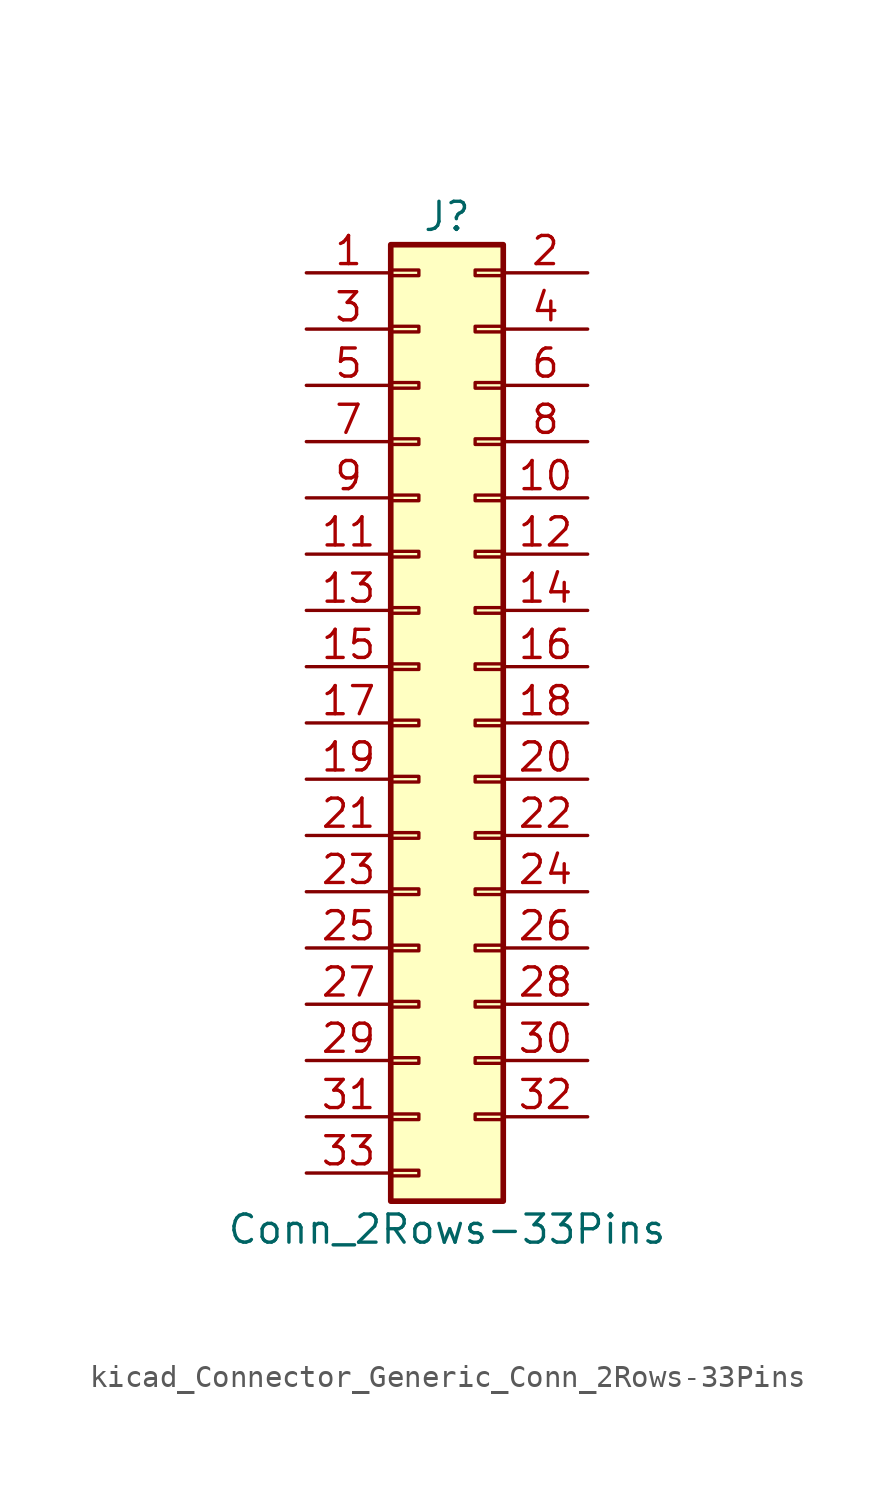
<source format=kicad_sym>
(kicad_symbol_lib
  (version 20220914)
  (generator kicad_symbol_editor)
  (symbol "kicad_Connector_Generic_Conn_2Rows-33Pins"
    (pin_names
      (offset 1.016) hide)
    (property "Reference" "J"
      (at 1.27 22.86 0)
      (effects (font (size 1.27 1.27))))
    (property "Value" "Conn_2Rows-33Pins"
      (at 1.27 -22.86 0)
      (effects (font (size 1.27 1.27))))
    (symbol "kicad_Connector_Generic_Conn_2Rows-33Pins_1_1"
      (rectangle (start -1.27 -20.193) (end 0 -20.447) (stroke (width 0.152) (type default)) (fill (type none)))
      (rectangle (start -1.27 -17.653) (end 0 -17.907) (stroke (width 0.152) (type default)) (fill (type none)))
      (rectangle (start -1.27 -15.113) (end 0 -15.367) (stroke (width 0.152) (type default)) (fill (type none)))
      (rectangle (start -1.27 -12.573) (end 0 -12.827) (stroke (width 0.152) (type default)) (fill (type none)))
      (rectangle (start -1.27 -10.033) (end 0 -10.287) (stroke (width 0.152) (type default)) (fill (type none)))
      (rectangle (start -1.27 -7.493) (end 0 -7.747) (stroke (width 0.152) (type default)) (fill (type none)))
      (rectangle (start -1.27 -4.953) (end 0 -5.207) (stroke (width 0.152) (type default)) (fill (type none)))
      (rectangle (start -1.27 -2.413) (end 0 -2.667) (stroke (width 0.152) (type default)) (fill (type none)))
      (rectangle (start -1.27 0.127) (end 0 -0.127) (stroke (width 0.152) (type default)) (fill (type none)))
      (rectangle (start -1.27 2.667) (end 0 2.413) (stroke (width 0.152) (type default)) (fill (type none)))
      (rectangle (start -1.27 5.207) (end 0 4.953) (stroke (width 0.152) (type default)) (fill (type none)))
      (rectangle (start -1.27 7.747) (end 0 7.493) (stroke (width 0.152) (type default)) (fill (type none)))
      (rectangle (start -1.27 10.287) (end 0 10.033) (stroke (width 0.152) (type default)) (fill (type none)))
      (rectangle (start -1.27 12.827) (end 0 12.573) (stroke (width 0.152) (type default)) (fill (type none)))
      (rectangle (start -1.27 15.367) (end 0 15.113) (stroke (width 0.152) (type default)) (fill (type none)))
      (rectangle (start -1.27 17.907) (end 0 17.653) (stroke (width 0.152) (type default)) (fill (type none)))
      (rectangle (start -1.27 20.447) (end 0 20.193) (stroke (width 0.152) (type default)) (fill (type none)))
      (rectangle (start -1.27 21.59) (end 3.81 -21.59) (stroke (width 0.254) (type default)) (fill (type background)))
      (rectangle (start 3.81 -17.653) (end 2.54 -17.907) (stroke (width 0.152) (type default)) (fill (type none)))
      (rectangle (start 3.81 -15.113) (end 2.54 -15.367) (stroke (width 0.152) (type default)) (fill (type none)))
      (rectangle (start 3.81 -12.573) (end 2.54 -12.827) (stroke (width 0.152) (type default)) (fill (type none)))
      (rectangle (start 3.81 -10.033) (end 2.54 -10.287) (stroke (width 0.152) (type default)) (fill (type none)))
      (rectangle (start 3.81 -7.493) (end 2.54 -7.747) (stroke (width 0.152) (type default)) (fill (type none)))
      (rectangle (start 3.81 -4.953) (end 2.54 -5.207) (stroke (width 0.152) (type default)) (fill (type none)))
      (rectangle (start 3.81 -2.413) (end 2.54 -2.667) (stroke (width 0.152) (type default)) (fill (type none)))
      (rectangle (start 3.81 0.127) (end 2.54 -0.127) (stroke (width 0.152) (type default)) (fill (type none)))
      (rectangle (start 3.81 2.667) (end 2.54 2.413) (stroke (width 0.152) (type default)) (fill (type none)))
      (rectangle (start 3.81 5.207) (end 2.54 4.953) (stroke (width 0.152) (type default)) (fill (type none)))
      (rectangle (start 3.81 7.747) (end 2.54 7.493) (stroke (width 0.152) (type default)) (fill (type none)))
      (rectangle (start 3.81 10.287) (end 2.54 10.033) (stroke (width 0.152) (type default)) (fill (type none)))
      (rectangle (start 3.81 12.827) (end 2.54 12.573) (stroke (width 0.152) (type default)) (fill (type none)))
      (rectangle (start 3.81 15.367) (end 2.54 15.113) (stroke (width 0.152) (type default)) (fill (type none)))
      (rectangle (start 3.81 17.907) (end 2.54 17.653) (stroke (width 0.152) (type default)) (fill (type none)))
      (rectangle (start 3.81 20.447) (end 2.54 20.193) (stroke (width 0.152) (type default)) (fill (type none)))
      (pin passive line (at -5.08 20.32 0) (length 3.81) (name "Pin_1" (effects (font (size 1.27 1.27)))) (number "1" (effects (font (size 1.27 1.27)))))
      (pin passive line (at 7.62 10.16 180) (length 3.81) (name "Pin_10" (effects (font (size 1.27 1.27)))) (number "10" (effects (font (size 1.27 1.27)))))
      (pin passive line (at -5.08 7.62 0) (length 3.81) (name "Pin_11" (effects (font (size 1.27 1.27)))) (number "11" (effects (font (size 1.27 1.27)))))
      (pin passive line (at 7.62 7.62 180) (length 3.81) (name "Pin_12" (effects (font (size 1.27 1.27)))) (number "12" (effects (font (size 1.27 1.27)))))
      (pin passive line (at -5.08 5.08 0) (length 3.81) (name "Pin_13" (effects (font (size 1.27 1.27)))) (number "13" (effects (font (size 1.27 1.27)))))
      (pin passive line (at 7.62 5.08 180) (length 3.81) (name "Pin_14" (effects (font (size 1.27 1.27)))) (number "14" (effects (font (size 1.27 1.27)))))
      (pin passive line (at -5.08 2.54 0) (length 3.81) (name "Pin_15" (effects (font (size 1.27 1.27)))) (number "15" (effects (font (size 1.27 1.27)))))
      (pin passive line (at 7.62 2.54 180) (length 3.81) (name "Pin_16" (effects (font (size 1.27 1.27)))) (number "16" (effects (font (size 1.27 1.27)))))
      (pin passive line (at -5.08 0 0) (length 3.81) (name "Pin_17" (effects (font (size 1.27 1.27)))) (number "17" (effects (font (size 1.27 1.27)))))
      (pin passive line (at 7.62 0 180) (length 3.81) (name "Pin_18" (effects (font (size 1.27 1.27)))) (number "18" (effects (font (size 1.27 1.27)))))
      (pin passive line (at -5.08 -2.54 0) (length 3.81) (name "Pin_19" (effects (font (size 1.27 1.27)))) (number "19" (effects (font (size 1.27 1.27)))))
      (pin passive line (at 7.62 20.32 180) (length 3.81) (name "Pin_2" (effects (font (size 1.27 1.27)))) (number "2" (effects (font (size 1.27 1.27)))))
      (pin passive line (at 7.62 -2.54 180) (length 3.81) (name "Pin_20" (effects (font (size 1.27 1.27)))) (number "20" (effects (font (size 1.27 1.27)))))
      (pin passive line (at -5.08 -5.08 0) (length 3.81) (name "Pin_21" (effects (font (size 1.27 1.27)))) (number "21" (effects (font (size 1.27 1.27)))))
      (pin passive line (at 7.62 -5.08 180) (length 3.81) (name "Pin_22" (effects (font (size 1.27 1.27)))) (number "22" (effects (font (size 1.27 1.27)))))
      (pin passive line (at -5.08 -7.62 0) (length 3.81) (name "Pin_23" (effects (font (size 1.27 1.27)))) (number "23" (effects (font (size 1.27 1.27)))))
      (pin passive line (at 7.62 -7.62 180) (length 3.81) (name "Pin_24" (effects (font (size 1.27 1.27)))) (number "24" (effects (font (size 1.27 1.27)))))
      (pin passive line (at -5.08 -10.16 0) (length 3.81) (name "Pin_25" (effects (font (size 1.27 1.27)))) (number "25" (effects (font (size 1.27 1.27)))))
      (pin passive line (at 7.62 -10.16 180) (length 3.81) (name "Pin_26" (effects (font (size 1.27 1.27)))) (number "26" (effects (font (size 1.27 1.27)))))
      (pin passive line (at -5.08 -12.7 0) (length 3.81) (name "Pin_27" (effects (font (size 1.27 1.27)))) (number "27" (effects (font (size 1.27 1.27)))))
      (pin passive line (at 7.62 -12.7 180) (length 3.81) (name "Pin_28" (effects (font (size 1.27 1.27)))) (number "28" (effects (font (size 1.27 1.27)))))
      (pin passive line (at -5.08 -15.24 0) (length 3.81) (name "Pin_29" (effects (font (size 1.27 1.27)))) (number "29" (effects (font (size 1.27 1.27)))))
      (pin passive line (at -5.08 17.78 0) (length 3.81) (name "Pin_3" (effects (font (size 1.27 1.27)))) (number "3" (effects (font (size 1.27 1.27)))))
      (pin passive line (at 7.62 -15.24 180) (length 3.81) (name "Pin_30" (effects (font (size 1.27 1.27)))) (number "30" (effects (font (size 1.27 1.27)))))
      (pin passive line (at -5.08 -17.78 0) (length 3.81) (name "Pin_31" (effects (font (size 1.27 1.27)))) (number "31" (effects (font (size 1.27 1.27)))))
      (pin passive line (at 7.62 -17.78 180) (length 3.81) (name "Pin_32" (effects (font (size 1.27 1.27)))) (number "32" (effects (font (size 1.27 1.27)))))
      (pin passive line (at -5.08 -20.32 0) (length 3.81) (name "Pin_33" (effects (font (size 1.27 1.27)))) (number "33" (effects (font (size 1.27 1.27)))))
      (pin passive line (at 7.62 17.78 180) (length 3.81) (name "Pin_4" (effects (font (size 1.27 1.27)))) (number "4" (effects (font (size 1.27 1.27)))))
      (pin passive line (at -5.08 15.24 0) (length 3.81) (name "Pin_5" (effects (font (size 1.27 1.27)))) (number "5" (effects (font (size 1.27 1.27)))))
      (pin passive line (at 7.62 15.24 180) (length 3.81) (name "Pin_6" (effects (font (size 1.27 1.27)))) (number "6" (effects (font (size 1.27 1.27)))))
      (pin passive line (at -5.08 12.7 0) (length 3.81) (name "Pin_7" (effects (font (size 1.27 1.27)))) (number "7" (effects (font (size 1.27 1.27)))))
      (pin passive line (at 7.62 12.7 180) (length 3.81) (name "Pin_8" (effects (font (size 1.27 1.27)))) (number "8" (effects (font (size 1.27 1.27)))))
      (pin passive line (at -5.08 10.16 0) (length 3.81) (name "Pin_9" (effects (font (size 1.27 1.27)))) (number "9" (effects (font (size 1.27 1.27))))))))
</source>
